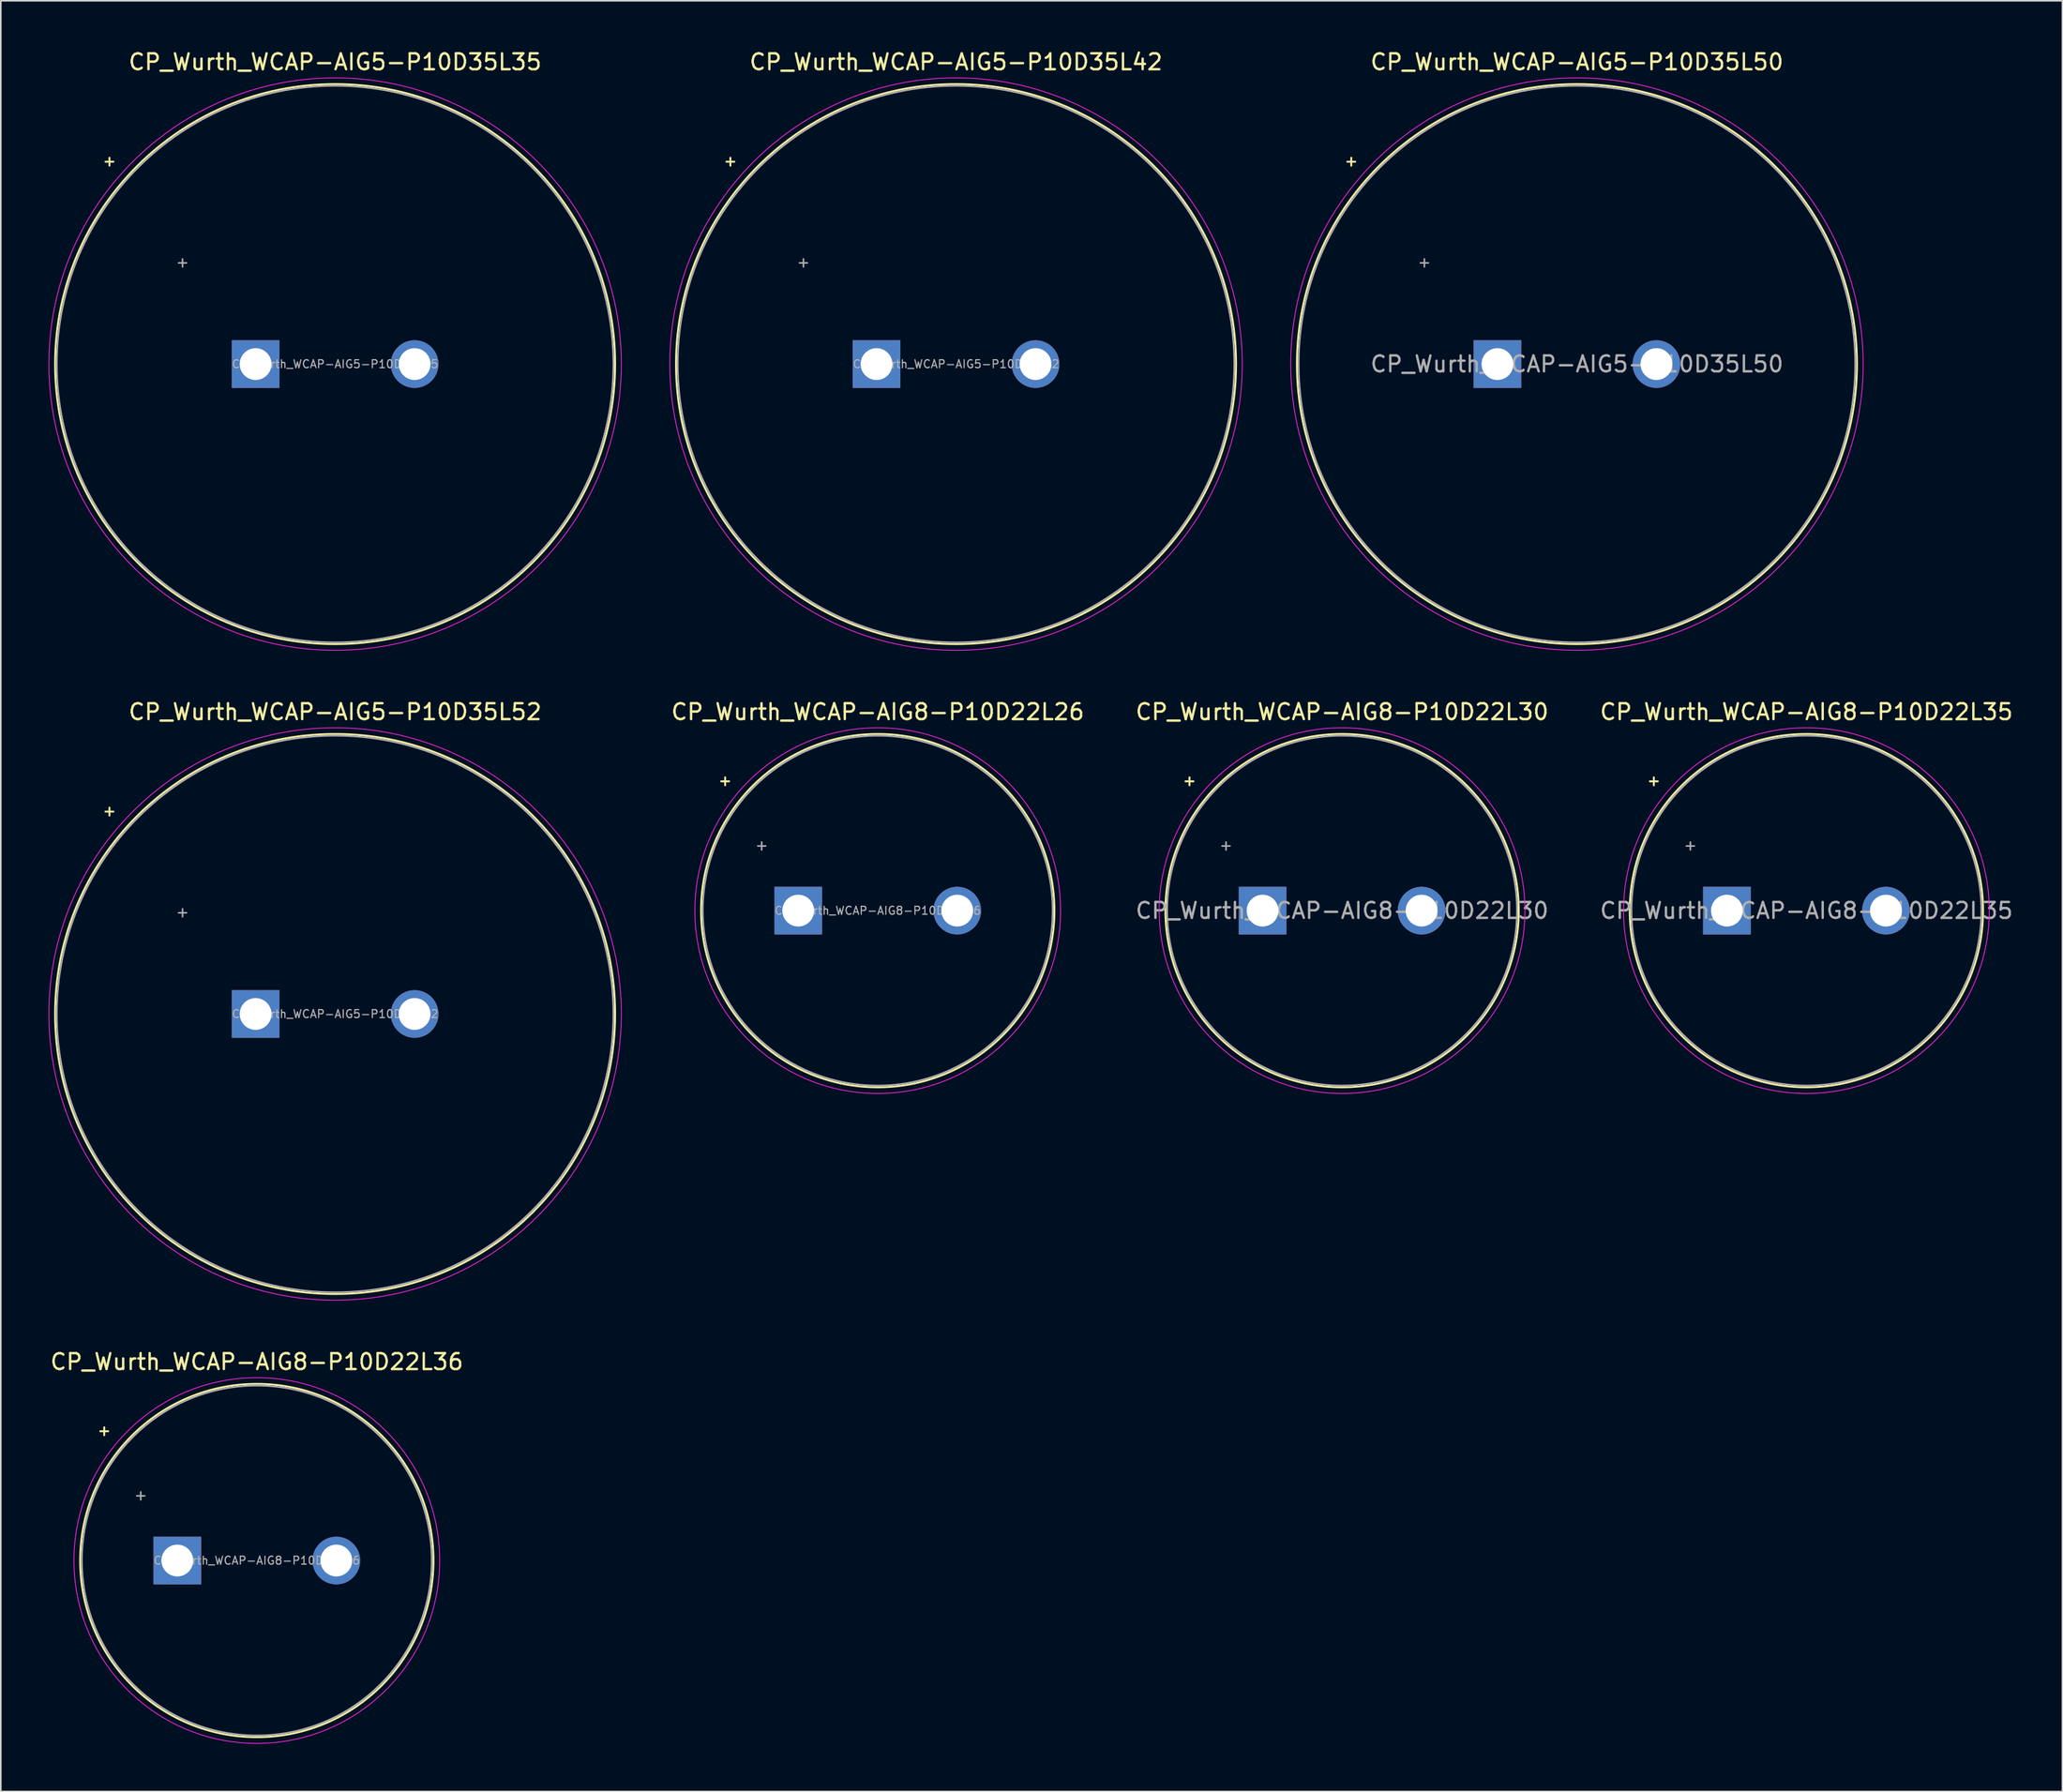
<source format=kicad_pcb>
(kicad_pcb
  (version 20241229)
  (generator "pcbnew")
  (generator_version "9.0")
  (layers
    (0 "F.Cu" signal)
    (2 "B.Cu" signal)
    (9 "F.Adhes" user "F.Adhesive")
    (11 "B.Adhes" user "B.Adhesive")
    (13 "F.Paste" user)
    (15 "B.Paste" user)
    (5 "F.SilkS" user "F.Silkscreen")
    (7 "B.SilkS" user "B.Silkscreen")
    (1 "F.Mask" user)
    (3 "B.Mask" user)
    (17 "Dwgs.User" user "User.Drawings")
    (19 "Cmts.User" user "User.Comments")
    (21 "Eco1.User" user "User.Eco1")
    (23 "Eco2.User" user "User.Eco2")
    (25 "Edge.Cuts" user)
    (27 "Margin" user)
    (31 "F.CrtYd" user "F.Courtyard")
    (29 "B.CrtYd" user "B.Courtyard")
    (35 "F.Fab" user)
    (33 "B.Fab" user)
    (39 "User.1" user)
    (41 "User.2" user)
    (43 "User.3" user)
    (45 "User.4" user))
  (footprint "CP_Wurth_WCAP-AIG5-P10D35L52"
    (layer "F.Cu")
    (at 13.025 60.721)
    (property "Reference" "CP_Wurth_WCAP-AIG5-P10D35L52" (at 5 -19 0) (unlocked yes) (layer "F.SilkS") (effects (font (size 1 1) (thickness 0.15))))
    (attr through_hole)
    (fp_line (start -9.442 -12.728) (end -8.942 -12.728) (stroke (width 0.12) (type solid)) (layer "F.SilkS"))
    (fp_line (start -9.192 -12.478) (end -9.192 -12.978) (stroke (width 0.12) (type solid)) (layer "F.SilkS"))
    (fp_circle (center 5 0) (end 22.61 0) (stroke (width 0.12) (type solid)) (fill no) (layer "F.SilkS"))
    (fp_circle (center 5 0) (end 23 0) (stroke (width 0.05) (type solid)) (fill no) (layer "F.CrtYd"))
    (fp_line (start -4.846 -6.364) (end -4.346 -6.364) (stroke (width 0.1) (type default)) (layer "F.Fab"))
    (fp_line (start -4.596 -6.114) (end -4.596 -6.614) (stroke (width 0.1) (type default)) (layer "F.Fab"))
    (fp_circle (center 5 0) (end 22.5 0) (stroke (width 0.1) (type solid)) (fill no) (layer "F.Fab"))
    (fp_text user "${REFERENCE}" (at 5 0 0) (unlocked yes) (layer "F.Fab") (effects (font (size 0.5 0.5) (thickness 0.075))))
    (pad "1" thru_hole rect (at 0 0) (size 3 3) (drill 2) (layers "*.Cu" "*.Mask"))
    (pad "2" thru_hole circle (at 10 0) (size 3 3) (drill 2) (layers "*.Cu" "*.Mask")))
  (footprint "CP_Wurth_WCAP-AIG5-P10D35L35"
    (layer "F.Cu")
    (at 13.025 19.848)
    (property "Reference" "CP_Wurth_WCAP-AIG5-P10D35L35" (at 5 -19 0) (unlocked yes) (layer "F.SilkS") (effects (font (size 1 1) (thickness 0.15))))
    (attr through_hole)
    (fp_line (start -9.442 -12.728) (end -8.942 -12.728) (stroke (width 0.12) (type solid)) (layer "F.SilkS"))
    (fp_line (start -9.192 -12.478) (end -9.192 -12.978) (stroke (width 0.12) (type solid)) (layer "F.SilkS"))
    (fp_circle (center 5 0) (end 22.61 0) (stroke (width 0.12) (type solid)) (fill no) (layer "F.SilkS"))
    (fp_circle (center 5 0) (end 23 0) (stroke (width 0.05) (type solid)) (fill no) (layer "F.CrtYd"))
    (fp_line (start -4.846 -6.364) (end -4.346 -6.364) (stroke (width 0.1) (type default)) (layer "F.Fab"))
    (fp_line (start -4.596 -6.114) (end -4.596 -6.614) (stroke (width 0.1) (type default)) (layer "F.Fab"))
    (fp_circle (center 5 0) (end 22.5 0) (stroke (width 0.1) (type solid)) (fill no) (layer "F.Fab"))
    (fp_text user "${REFERENCE}" (at 5 0 0) (unlocked yes) (layer "F.Fab") (effects (font (size 0.5 0.5) (thickness 0.075))))
    (pad "1" thru_hole rect (at 0 0) (size 3 3) (drill 2) (layers "*.Cu" "*.Mask"))
    (pad "2" thru_hole circle (at 10 0) (size 3 3) (drill 2) (layers "*.Cu" "*.Mask")))
  (footprint "CP_Wurth_WCAP-AIG5-P10D35L42"
    (layer "F.Cu")
    (at 52.075 19.848)
    (property "Reference" "CP_Wurth_WCAP-AIG5-P10D35L42" (at 5 -19 0) (unlocked yes) (layer "F.SilkS") (effects (font (size 1 1) (thickness 0.15))))
    (attr through_hole)
    (fp_line (start -9.442 -12.728) (end -8.942 -12.728) (stroke (width 0.12) (type solid)) (layer "F.SilkS"))
    (fp_line (start -9.192 -12.478) (end -9.192 -12.978) (stroke (width 0.12) (type solid)) (layer "F.SilkS"))
    (fp_circle (center 5 0) (end 22.61 0) (stroke (width 0.12) (type solid)) (fill no) (layer "F.SilkS"))
    (fp_circle (center 5 0) (end 23 0) (stroke (width 0.05) (type solid)) (fill no) (layer "F.CrtYd"))
    (fp_line (start -4.846 -6.364) (end -4.346 -6.364) (stroke (width 0.1) (type default)) (layer "F.Fab"))
    (fp_line (start -4.596 -6.114) (end -4.596 -6.614) (stroke (width 0.1) (type default)) (layer "F.Fab"))
    (fp_circle (center 5 0) (end 22.5 0) (stroke (width 0.1) (type solid)) (fill no) (layer "F.Fab"))
    (fp_text user "${REFERENCE}" (at 5 0 0) (unlocked yes) (layer "F.Fab") (effects (font (size 0.5 0.5) (thickness 0.075))))
    (pad "1" thru_hole rect (at 0 0) (size 3 3) (drill 2) (layers "*.Cu" "*.Mask"))
    (pad "2" thru_hole circle (at 10 0) (size 3 3) (drill 2) (layers "*.Cu" "*.Mask")))
  (footprint "CP_Wurth_WCAP-AIG8-P10D22L26"
    (layer "F.Cu")
    (at 47.151 54.221)
    (property "Reference" "CP_Wurth_WCAP-AIG8-P10D22L26" (at 5 -12.5 0) (unlocked yes) (layer "F.SilkS") (effects (font (size 1 1) (thickness 0.15))))
    (attr through_hole)
    (fp_line (start -4.846 -8.132) (end -4.346 -8.132) (stroke (width 0.12) (type solid)) (layer "F.SilkS"))
    (fp_line (start -4.596 -7.882) (end -4.596 -8.382) (stroke (width 0.12) (type solid)) (layer "F.SilkS"))
    (fp_circle (center 5 0) (end 16.11 0) (stroke (width 0.12) (type solid)) (fill no) (layer "F.SilkS"))
    (fp_circle (center 5 0) (end 16.5 0) (stroke (width 0.05) (type solid)) (fill no) (layer "F.CrtYd"))
    (fp_line (start -2.548 -4.066) (end -2.048 -4.066) (stroke (width 0.1) (type default)) (layer "F.Fab"))
    (fp_line (start -2.298 -3.816) (end -2.298 -4.316) (stroke (width 0.1) (type default)) (layer "F.Fab"))
    (fp_circle (center 5 0) (end 16 0) (stroke (width 0.1) (type solid)) (fill no) (layer "F.Fab"))
    (fp_text user "${REFERENCE}" (at 5 0 0) (unlocked yes) (layer "F.Fab") (effects (font (size 0.5 0.5) (thickness 0.075))))
    (pad "1" thru_hole rect (at 0 0) (size 3 3) (drill 2) (layers "*.Cu" "*.Mask"))
    (pad "2" thru_hole circle (at 10 0) (size 3 3) (drill 2) (layers "*.Cu" "*.Mask")))
  (footprint "CP_Wurth_WCAP-AIG5-P10D35L50"
    (layer "F.Cu")
    (at 91.125 19.848)
    (property "Reference" "CP_Wurth_WCAP-AIG5-P10D35L50" (at 5 -19 0) (unlocked yes) (layer "F.SilkS") (effects (font (size 1 1) (thickness 0.15))))
    (attr through_hole)
    (fp_line (start -9.442 -12.728) (end -8.942 -12.728) (stroke (width 0.12) (type solid)) (layer "F.SilkS"))
    (fp_line (start -9.192 -12.478) (end -9.192 -12.978) (stroke (width 0.12) (type solid)) (layer "F.SilkS"))
    (fp_circle (center 5 0) (end 22.61 0) (stroke (width 0.12) (type solid)) (fill no) (layer "F.SilkS"))
    (fp_circle (center 5 0) (end 23 0) (stroke (width 0.05) (type solid)) (fill no) (layer "F.CrtYd"))
    (fp_line (start -4.846 -6.364) (end -4.346 -6.364) (stroke (width 0.1) (type default)) (layer "F.Fab"))
    (fp_line (start -4.596 -6.114) (end -4.596 -6.614) (stroke (width 0.1) (type default)) (layer "F.Fab"))
    (fp_circle (center 5 0) (end 22.5 0) (stroke (width 0.1) (type solid)) (fill no) (layer "F.Fab"))
    (fp_text user "${REFERENCE}" (at 5 0 0) (unlocked yes) (layer "F.Fab") (effects (font (size 1 1) (thickness 0.15))))
    (pad "1" thru_hole rect (at 0 0) (size 3 3) (drill 2) (layers "*.Cu" "*.Mask"))
    (pad "2" thru_hole circle (at 10 0) (size 3 3) (drill 2) (layers "*.Cu" "*.Mask")))
  (footprint "CP_Wurth_WCAP-AIG8-P10D22L35"
    (layer "F.Cu")
    (at 105.556 54.221)
    (property "Reference" "CP_Wurth_WCAP-AIG8-P10D22L35" (at 5 -12.5 0) (unlocked yes) (layer "F.SilkS") (effects (font (size 1 1) (thickness 0.15))))
    (attr through_hole)
    (fp_line (start -4.846 -8.132) (end -4.346 -8.132) (stroke (width 0.12) (type solid)) (layer "F.SilkS"))
    (fp_line (start -4.596 -7.882) (end -4.596 -8.382) (stroke (width 0.12) (type solid)) (layer "F.SilkS"))
    (fp_circle (center 5 0) (end 16.11 0) (stroke (width 0.12) (type solid)) (fill no) (layer "F.SilkS"))
    (fp_circle (center 5 0) (end 16.5 0) (stroke (width 0.05) (type solid)) (fill no) (layer "F.CrtYd"))
    (fp_line (start -2.548 -4.066) (end -2.048 -4.066) (stroke (width 0.1) (type default)) (layer "F.Fab"))
    (fp_line (start -2.298 -3.816) (end -2.298 -4.316) (stroke (width 0.1) (type default)) (layer "F.Fab"))
    (fp_circle (center 5 0) (end 16 0) (stroke (width 0.1) (type solid)) (fill no) (layer "F.Fab"))
    (fp_text user "${REFERENCE}" (at 5 0 0) (unlocked yes) (layer "F.Fab") (effects (font (size 1 1) (thickness 0.15))))
    (pad "1" thru_hole rect (at 0 0) (size 3 3) (drill 2) (layers "*.Cu" "*.Mask"))
    (pad "2" thru_hole circle (at 10 0) (size 3 3) (drill 2) (layers "*.Cu" "*.Mask")))
  (footprint "CP_Wurth_WCAP-AIG8-P10D22L36"
    (layer "F.Cu")
    (at 8.101 95.095)
    (property "Reference" "CP_Wurth_WCAP-AIG8-P10D22L36" (at 5 -12.5 0) (unlocked yes) (layer "F.SilkS") (effects (font (size 1 1) (thickness 0.15))))
    (attr through_hole)
    (fp_line (start -4.846 -8.132) (end -4.346 -8.132) (stroke (width 0.12) (type solid)) (layer "F.SilkS"))
    (fp_line (start -4.596 -7.882) (end -4.596 -8.382) (stroke (width 0.12) (type solid)) (layer "F.SilkS"))
    (fp_circle (center 5 0) (end 16.11 0) (stroke (width 0.12) (type solid)) (fill no) (layer "F.SilkS"))
    (fp_circle (center 5 0) (end 16.5 0) (stroke (width 0.05) (type solid)) (fill no) (layer "F.CrtYd"))
    (fp_line (start -2.548 -4.066) (end -2.048 -4.066) (stroke (width 0.1) (type default)) (layer "F.Fab"))
    (fp_line (start -2.298 -3.816) (end -2.298 -4.316) (stroke (width 0.1) (type default)) (layer "F.Fab"))
    (fp_circle (center 5 0) (end 16 0) (stroke (width 0.1) (type solid)) (fill no) (layer "F.Fab"))
    (fp_text user "${REFERENCE}" (at 5 0 0) (unlocked yes) (layer "F.Fab") (effects (font (size 0.5 0.5) (thickness 0.075))))
    (pad "1" thru_hole rect (at 0 0) (size 3 3) (drill 2) (layers "*.Cu" "*.Mask"))
    (pad "2" thru_hole circle (at 10 0) (size 3 3) (drill 2) (layers "*.Cu" "*.Mask")))
  (footprint "CP_Wurth_WCAP-AIG8-P10D22L30"
    (layer "F.Cu")
    (at 76.354 54.221)
    (property "Reference" "CP_Wurth_WCAP-AIG8-P10D22L30" (at 5 -12.5 0) (unlocked yes) (layer "F.SilkS") (effects (font (size 1 1) (thickness 0.15))))
    (attr through_hole)
    (fp_line (start -4.846 -8.132) (end -4.346 -8.132) (stroke (width 0.12) (type solid)) (layer "F.SilkS"))
    (fp_line (start -4.596 -7.882) (end -4.596 -8.382) (stroke (width 0.12) (type solid)) (layer "F.SilkS"))
    (fp_circle (center 5 0) (end 16.11 0) (stroke (width 0.12) (type solid)) (fill no) (layer "F.SilkS"))
    (fp_circle (center 5 0) (end 16.5 0) (stroke (width 0.05) (type solid)) (fill no) (layer "F.CrtYd"))
    (fp_line (start -2.548 -4.066) (end -2.048 -4.066) (stroke (width 0.1) (type default)) (layer "F.Fab"))
    (fp_line (start -2.298 -3.816) (end -2.298 -4.316) (stroke (width 0.1) (type default)) (layer "F.Fab"))
    (fp_circle (center 5 0) (end 16 0) (stroke (width 0.1) (type solid)) (fill no) (layer "F.Fab"))
    (fp_text user "${REFERENCE}" (at 5 0 0) (unlocked yes) (layer "F.Fab") (effects (font (size 1 1) (thickness 0.15))))
    (pad "1" thru_hole rect (at 0 0) (size 3 3) (drill 2) (layers "*.Cu" "*.Mask"))
    (pad "2" thru_hole circle (at 10 0) (size 3 3) (drill 2) (layers "*.Cu" "*.Mask")))
  (gr_rect
    (start -3 -3)
    (end 126.657 109.62)
    (stroke (width 0.1) (type default))
    (fill no)
    (layer "Edge.Cuts")))
</source>
